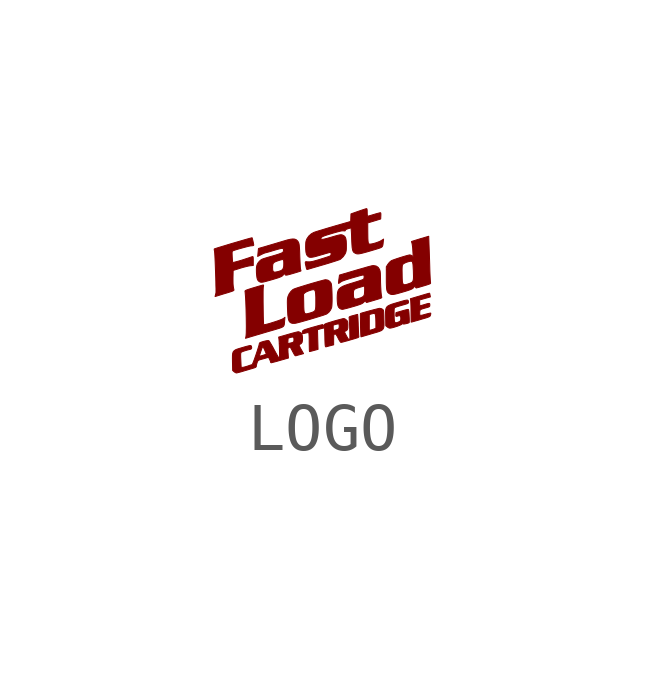
<source format=kicad_sym>
(kicad_symbol_lib
  (version 20210619)
  (generator bitmap2component)
  (symbol "LOGO"
    (pin_names
      (offset 1.016))
    (property "Reference" "#G"
      (at 0 1.071 0)
      (effects (font (size 1.27 1.27)) hide))
    (symbol "LOGO_0_0"
      (polyline (pts (xy -1.776 -1.714) (xy -1.744 -1.706) (xy -1.701 -1.695) (xy -1.652 -1.68) (xy -1.612 -1.668) (xy -1.552 -1.651) (xy -1.497 -1.634) (xy -1.454 -1.622) (xy -1.453 -1.621) (xy -1.414 -1.609) (xy -1.391 -1.599) (xy -1.38 -1.588) (xy -1.377 -1.575) (xy -1.377 -1.566) (xy -1.371 -1.536) (xy -1.361 -1.502) (xy -1.356 -1.489) (xy -1.344 -1.464) (xy -1.327 -1.45) (xy -1.3 -1.441) (xy -1.275 -1.434) (xy -1.232 -1.422) (xy -1.189 -1.41) (xy -1.123 -1.39) (xy -1.102 -1.431) (xy -1.097 -1.441) (xy -1.085 -1.469) (xy -1.081 -1.488) (xy -1.079 -1.496) (xy -1.068 -1.505) (xy -1.059 -1.503) (xy -1.032 -1.496) (xy -0.992 -1.486) (xy -0.94 -1.472) (xy -0.882 -1.455) (xy -0.709 -1.406) (xy -0.716 -1.303) (xy -0.717 -1.299) (xy -0.719 -1.252) (xy -0.72 -1.223) (xy -0.718 -1.205) (xy -0.712 -1.195) (xy -0.702 -1.188) (xy -0.687 -1.181) (xy -0.674 -1.176) (xy -0.67 -1.18) (xy -0.658 -1.2) (xy -0.641 -1.231) (xy -0.62 -1.271) (xy -0.612 -1.286) (xy -0.592 -1.323) (xy -0.578 -1.346) (xy -0.567 -1.357) (xy -0.556 -1.359) (xy -0.542 -1.356) (xy -0.527 -1.351) (xy -0.492 -1.341) (xy -0.454 -1.331) (xy -0.394 -1.314) (xy -0.44 -1.232) (xy -0.447 -1.221) (xy -0.469 -1.179) (xy -0.482 -1.151) (xy -0.485 -1.134) (xy -0.479 -1.124) (xy -0.466 -1.118) (xy -0.445 -1.107) (xy -0.425 -1.082) (xy -0.416 -1.041) (xy -0.416 -0.983) (xy -0.419 -0.947) (xy -0.425 -0.918) (xy -0.434 -0.899) (xy -0.45 -0.883) (xy -0.451 -0.881) (xy -0.477 -0.865) (xy -0.501 -0.858) (xy -0.519 -0.861) (xy -0.553 -0.869) (xy -0.6 -0.881) (xy -0.656 -0.896) (xy -0.718 -0.914) (xy -0.912 -0.97) (xy -0.907 -1.007) (xy -0.904 -1.03) (xy -0.901 -1.071) (xy -0.9 -1.105) (xy -0.722 -1.105) (xy -0.719 -1.048) (xy -0.715 -0.992) (xy -0.668 -0.978) (xy -0.662 -0.976) (xy -0.626 -0.969) (xy -0.606 -0.972) (xy -0.596 -0.989) (xy -0.593 -1.022) (xy -0.593 -1.024) (xy -0.595 -1.055) (xy -0.603 -1.071) (xy -0.619 -1.08) (xy -0.62 -1.081) (xy -0.649 -1.09) (xy -0.683 -1.097) (xy -0.722 -1.105) (xy -0.9 -1.105) (xy -0.899 -1.121) (xy -0.896 -1.177) (xy -0.895 -1.236) (xy -0.894 -1.292) (xy -0.893 -1.342) (xy -0.893 -1.383) (xy -0.895 -1.41) (xy -0.897 -1.42) (xy -0.897 -1.42) (xy -0.906 -1.409) (xy -0.922 -1.382) (xy -0.945 -1.343) (xy -0.973 -1.293) (xy -1.003 -1.237) (xy -1.006 -1.232) (xy -1.036 -1.175) (xy -1.065 -1.125) (xy -1.089 -1.085) (xy -1.106 -1.057) (xy -1.116 -1.045) (xy -1.131 -1.042) (xy -1.167 -1.046) (xy -1.223 -1.059) (xy -1.26 -1.07) (xy -1.292 -1.081) (xy -1.309 -1.092) (xy -1.314 -1.102) (xy -1.317 -1.119) (xy -1.325 -1.152) (xy -1.339 -1.197) (xy -1.355 -1.249) (xy -1.374 -1.306) (xy -1.393 -1.362) (xy -1.313 -1.362) (xy -1.311 -1.354) (xy -1.31 -1.35) (xy -1.303 -1.328) (xy -1.291 -1.294) (xy -1.278 -1.253) (xy -1.272 -1.236) (xy -1.259 -1.2) (xy -1.249 -1.175) (xy -1.244 -1.166) (xy -1.238 -1.171) (xy -1.226 -1.192) (xy -1.211 -1.222) (xy -1.196 -1.256) (xy -1.182 -1.288) (xy -1.174 -1.313) (xy -1.173 -1.325) (xy -1.182 -1.33) (xy -1.208 -1.339) (xy -1.241 -1.35) (xy -1.262 -1.356) (xy -1.293 -1.364) (xy -1.308 -1.366) (xy -1.313 -1.362) (xy -1.393 -1.362) (xy -1.394 -1.364) (xy -1.413 -1.419) (xy -1.431 -1.468) (xy -1.447 -1.508) (xy -1.458 -1.534) (xy -1.465 -1.544) (xy -1.467 -1.544) (xy -1.486 -1.549) (xy -1.518 -1.559) (xy -1.557 -1.573) (xy -1.563 -1.575) (xy -1.604 -1.587) (xy -1.64 -1.597) (xy -1.664 -1.6) (xy -1.693 -1.6) (xy -1.7 -1.451) (xy -1.703 -1.389) (xy -1.704 -1.338) (xy -1.701 -1.304) (xy -1.696 -1.289) (xy -1.695 -1.287) (xy -1.676 -1.277) (xy -1.643 -1.264) (xy -1.599 -1.25) (xy -1.551 -1.236) (xy -1.502 -1.225) (xy -1.483 -1.216) (xy -1.473 -1.195) (xy -1.479 -1.161) (xy -1.481 -1.158) (xy -1.487 -1.15) (xy -1.498 -1.146) (xy -1.517 -1.147) (xy -1.547 -1.154) (xy -1.591 -1.165) (xy -1.653 -1.183) (xy -1.69 -1.194) (xy -1.754 -1.213) (xy -1.802 -1.23) (xy -1.835 -1.25) (xy -1.857 -1.274) (xy -1.869 -1.306) (xy -1.874 -1.349) (xy -1.875 -1.408) (xy -1.874 -1.484) (xy -1.87 -1.665) (xy -1.841 -1.691) (xy -1.837 -1.694) (xy -1.812 -1.71) (xy -1.792 -1.717) (xy -1.776 -1.714)) (stroke (width 0.01)) (fill (type outline)))
      (polyline (pts (xy -0.267 -1.271) (xy -0.249 -1.267) (xy -0.217 -1.259) (xy -0.177 -1.248) (xy -0.092 -1.225) (xy -0.098 -1.02) (xy -0.103 -0.816) (xy -0.05 -0.8) (xy -0.029 -0.794) (xy 0.000200 -0.787) (xy 0.018 -0.784) (xy 0.027 -0.781) (xy 0.031 -0.765) (xy 0.025 -0.734) (xy 0.017 -0.719) (xy 0.001 -0.71) (xy 0.001 -0.71) (xy -0.015 -0.714) (xy -0.048 -0.722) (xy -0.094 -0.734) (xy -0.15 -0.75) (xy -0.212 -0.767) (xy -0.246 -0.777) (xy -0.305 -0.795) (xy -0.348 -0.808) (xy -0.378 -0.819) (xy -0.396 -0.828) (xy -0.407 -0.836) (xy -0.414 -0.846) (xy -0.417 -0.857) (xy -0.418 -0.859) (xy -0.422 -0.883) (xy -0.42 -0.897) (xy -0.411 -0.898) (xy -0.386 -0.895) (xy -0.353 -0.886) (xy -0.347 -0.885) (xy -0.313 -0.877) (xy -0.294 -0.876) (xy -0.284 -0.882) (xy -0.282 -0.894) (xy -0.279 -0.923) (xy -0.277 -0.967) (xy -0.276 -1.022) (xy -0.276 -1.083) (xy -0.275 -1.138) (xy -0.274 -1.191) (xy -0.273 -1.234) (xy -0.271 -1.262) (xy -0.269 -1.272) (xy -0.267 -1.271)) (stroke (width 0.01)) (fill (type outline)))
      (polyline (pts (xy 0.078 -1.172) (xy 0.096 -1.167) (xy 0.129 -1.158) (xy 0.167 -1.148) (xy 0.233 -1.131) (xy 0.233 -1.021) (xy 0.234 -0.972) (xy 0.235 -0.941) (xy 0.238 -0.922) (xy 0.244 -0.913) (xy 0.254 -0.908) (xy 0.258 -0.907) (xy 0.27 -0.907) (xy 0.281 -0.913) (xy 0.293 -0.93) (xy 0.31 -0.959) (xy 0.333 -1.004) (xy 0.338 -1.015) (xy 0.357 -1.048) (xy 0.374 -1.072) (xy 0.385 -1.081) (xy 0.399 -1.078) (xy 0.43 -1.071) (xy 0.473 -1.059) (xy 0.523 -1.046) (xy 0.576 -1.03) (xy 0.629 -1.015) (xy 0.676 -1.001) (xy 0.713 -0.989) (xy 0.738 -0.981) (xy 0.756 -0.969) (xy 0.758 -0.957) (xy 0.758 -0.955) (xy 0.755 -0.935) (xy 0.753 -0.898) (xy 0.75 -0.847) (xy 0.748 -0.787) (xy 0.745 -0.72) (xy 0.745 -0.698) (xy 0.742 -0.634) (xy 0.74 -0.579) (xy 0.737 -0.536) (xy 0.734 -0.508) (xy 0.732 -0.498) (xy 0.73 -0.498) (xy 0.711 -0.502) (xy 0.678 -0.511) (xy 0.638 -0.522) (xy 0.617 -0.527) (xy 0.582 -0.538) (xy 0.563 -0.547) (xy 0.555 -0.556) (xy 0.555 -0.567) (xy 0.556 -0.569) (xy 0.558 -0.59) (xy 0.56 -0.628) (xy 0.563 -0.68) (xy 0.566 -0.741) (xy 0.568 -0.808) (xy 0.57 -0.872) (xy 0.571 -0.935) (xy 0.571 -0.98) (xy 0.569 -1.01) (xy 0.564 -1.024) (xy 0.556 -1.026) (xy 0.546 -1.017) (xy 0.532 -0.999) (xy 0.524 -0.987) (xy 0.508 -0.959) (xy 0.49 -0.926) (xy 0.473 -0.893) (xy 0.461 -0.867) (xy 0.456 -0.853) (xy 0.457 -0.851) (xy 0.472 -0.848) (xy 0.488 -0.842) (xy 0.509 -0.827) (xy 0.517 -0.816) (xy 0.525 -0.797) (xy 0.529 -0.769) (xy 0.53 -0.725) (xy 0.53 -0.708) (xy 0.528 -0.672) (xy 0.524 -0.649) (xy 0.515 -0.631) (xy 0.499 -0.614) (xy 0.493 -0.609) (xy 0.467 -0.59) (xy 0.443 -0.584) (xy 0.426 -0.586) (xy 0.393 -0.595) (xy 0.346 -0.607) (xy 0.29 -0.622) (xy 0.228 -0.64) (xy 0.196 -0.65) (xy 0.136 -0.668) (xy 0.094 -0.681) (xy 0.066 -0.692) (xy 0.049 -0.701) (xy 0.041 -0.709) (xy 0.04 -0.716) (xy 0.041 -0.719) (xy 0.041 -0.721) (xy 0.223 -0.721) (xy 0.277 -0.705) (xy 0.298 -0.7) (xy 0.326 -0.695) (xy 0.34 -0.695) (xy 0.343 -0.698) (xy 0.348 -0.718) (xy 0.35 -0.747) (xy 0.349 -0.759) (xy 0.344 -0.789) (xy 0.331 -0.804) (xy 0.325 -0.807) (xy 0.298 -0.817) (xy 0.267 -0.826) (xy 0.242 -0.83) (xy 0.229 -0.829) (xy 0.227 -0.824) (xy 0.224 -0.803) (xy 0.223 -0.772) (xy 0.223 -0.721) (xy 0.041 -0.721) (xy 0.042 -0.74) (xy 0.044 -0.778) (xy 0.046 -0.829) (xy 0.048 -0.89) (xy 0.05 -0.957) (xy 0.051 -1.019) (xy 0.053 -1.077) (xy 0.055 -1.119) (xy 0.058 -1.147) (xy 0.061 -1.163) (xy 0.065 -1.171) (xy 0.071 -1.173) (xy 0.078 -1.172)) (stroke (width 0.01)) (fill (type outline)))
      (polyline (pts (xy -1.445 -0.948) (xy -1.433 -0.945) (xy -1.371 -0.926) (xy -1.295 -0.904) (xy -1.212 -0.879) (xy -1.127 -0.854) (xy -1.047 -0.831) (xy -1.016 -0.822) (xy -0.946 -0.801) (xy -0.893 -0.785) (xy -0.854 -0.771) (xy -0.827 -0.757) (xy -0.81 -0.743) (xy -0.8 -0.725) (xy -0.794 -0.703) (xy -0.791 -0.673) (xy -0.788 -0.635) (xy -0.781 -0.557) (xy -0.811 -0.581) (xy -0.816 -0.584) (xy -0.841 -0.597) (xy -0.879 -0.612) (xy -0.927 -0.63) (xy -0.981 -0.648) (xy -1.038 -0.666) (xy -1.092 -0.683) (xy -1.142 -0.697) (xy -1.183 -0.707) (xy -1.211 -0.712) (xy -1.223 -0.711) (xy -1.224 -0.71) (xy -1.226 -0.692) (xy -1.228 -0.656) (xy -1.23 -0.605) (xy -1.232 -0.543) (xy -1.233 -0.472) (xy -1.234 -0.395) (xy -1.235 -0.315) (xy -1.236 -0.235) (xy -1.236 -0.159) (xy -1.236 -0.088) (xy -1.236 -0.026) (xy -1.235 0.024) (xy -1.233 0.059) (xy -1.231 0.077) (xy -1.228 0.091) (xy -1.226 0.111) (xy -1.233 0.116) (xy -1.245 0.113) (xy -1.274 0.105) (xy -1.317 0.093) (xy -1.371 0.077) (xy -1.431 0.059) (xy -1.455 0.052) (xy -1.515 0.033) (xy -1.558 0.019) (xy -1.587 0.008) (xy -1.604 -0.001) (xy -1.612 -0.009) (xy -1.613 -0.017) (xy -1.61 -0.036) (xy -1.606 -0.085) (xy -1.601 -0.149) (xy -1.597 -0.224) (xy -1.594 -0.308) (xy -1.591 -0.397) (xy -1.589 -0.489) (xy -1.587 -0.581) (xy -1.586 -0.669) (xy -1.585 -0.751) (xy -1.586 -0.823) (xy -1.587 -0.884) (xy -1.59 -0.929) (xy -1.593 -0.956) (xy -1.602 -0.995) (xy -1.445 -0.948)) (stroke (width 0.01)) (fill (type outline)))
      (polyline (pts (xy 0.805 -0.964) (xy 0.822 -0.959) (xy 0.855 -0.95) (xy 0.902 -0.936) (xy 0.959 -0.92) (xy 1.022 -0.901) (xy 1.059 -0.89) (xy 1.13 -0.87) (xy 1.185 -0.852) (xy 1.225 -0.835) (xy 1.252 -0.815) (xy 1.269 -0.791) (xy 1.278 -0.76) (xy 1.282 -0.719) (xy 1.282 -0.665) (xy 1.28 -0.596) (xy 1.28 -0.595) (xy 1.279 -0.529) (xy 1.277 -0.48) (xy 1.275 -0.446) (xy 1.272 -0.423) (xy 1.268 -0.409) (xy 1.261 -0.399) (xy 1.252 -0.391) (xy 1.226 -0.377) (xy 1.193 -0.371) (xy 1.188 -0.371) (xy 1.164 -0.376) (xy 1.127 -0.385) (xy 1.079 -0.397) (xy 1.026 -0.411) (xy 0.97 -0.426) (xy 0.916 -0.441) (xy 0.867 -0.455) (xy 0.827 -0.466) (xy 0.8 -0.475) (xy 0.79 -0.48) (xy 0.79 -0.483) (xy 0.79 -0.504) (xy 0.79 -0.542) (xy 0.791 -0.593) (xy 0.792 -0.654) (xy 0.793 -0.723) (xy 0.793 -0.761) (xy 0.795 -0.827) (xy 0.795 -0.829) (xy 0.975 -0.829) (xy 0.975 -0.501) (xy 1.016 -0.489) (xy 1.035 -0.484) (xy 1.069 -0.477) (xy 1.089 -0.48) (xy 1.1 -0.496) (xy 1.106 -0.526) (xy 1.107 -0.539) (xy 1.11 -0.579) (xy 1.112 -0.628) (xy 1.113 -0.68) (xy 1.113 -0.785) (xy 1.075 -0.801) (xy 1.073 -0.802) (xy 1.038 -0.814) (xy 1.006 -0.823) (xy 0.975 -0.829) (xy 0.795 -0.829) (xy 0.797 -0.882) (xy 0.799 -0.926) (xy 0.801 -0.954) (xy 0.803 -0.964) (xy 0.805 -0.964)) (stroke (width 0.01)) (fill (type outline)))
      (polyline (pts (xy 1.431 -0.78) (xy 1.471 -0.771) (xy 1.517 -0.757) (xy 1.564 -0.742) (xy 1.606 -0.726) (xy 1.638 -0.711) (xy 1.655 -0.7) (xy 1.668 -0.687) (xy 1.677 -0.691) (xy 1.677 -0.692) (xy 1.685 -0.698) (xy 1.705 -0.697) (xy 1.741 -0.69) (xy 1.767 -0.684) (xy 1.794 -0.675) (xy 1.807 -0.667) (xy 1.807 -0.667) (xy 1.808 -0.652) (xy 1.809 -0.62) (xy 1.808 -0.577) (xy 1.805 -0.525) (xy 1.805 -0.519) (xy 1.802 -0.465) (xy 1.798 -0.428) (xy 1.794 -0.406) (xy 1.789 -0.395) (xy 1.781 -0.393) (xy 1.768 -0.395) (xy 1.737 -0.402) (xy 1.696 -0.413) (xy 1.648 -0.427) (xy 1.531 -0.461) (xy 1.528 -0.501) (xy 1.527 -0.523) (xy 1.532 -0.537) (xy 1.548 -0.538) (xy 1.579 -0.528) (xy 1.597 -0.523) (xy 1.618 -0.527) (xy 1.629 -0.546) (xy 1.632 -0.583) (xy 1.631 -0.606) (xy 1.623 -0.631) (xy 1.604 -0.647) (xy 1.569 -0.662) (xy 1.548 -0.669) (xy 1.527 -0.672) (xy 1.513 -0.667) (xy 1.503 -0.651) (xy 1.497 -0.621) (xy 1.494 -0.575) (xy 1.493 -0.51) (xy 1.492 -0.486) (xy 1.492 -0.435) (xy 1.493 -0.399) (xy 1.496 -0.377) (xy 1.501 -0.363) (xy 1.508 -0.355) (xy 1.509 -0.355) (xy 1.528 -0.346) (xy 1.562 -0.335) (xy 1.607 -0.321) (xy 1.658 -0.306) (xy 1.706 -0.293) (xy 1.745 -0.281) (xy 1.77 -0.272) (xy 1.784 -0.264) (xy 1.79 -0.255) (xy 1.791 -0.244) (xy 1.79 -0.223) (xy 1.784 -0.207) (xy 1.772 -0.199) (xy 1.748 -0.2) (xy 1.711 -0.207) (xy 1.657 -0.222) (xy 1.585 -0.243) (xy 1.506 -0.266) (xy 1.444 -0.285) (xy 1.397 -0.304) (xy 1.363 -0.322) (xy 1.339 -0.344) (xy 1.325 -0.369) (xy 1.317 -0.401) (xy 1.314 -0.441) (xy 1.315 -0.491) (xy 1.316 -0.554) (xy 1.319 -0.733) (xy 1.349 -0.759) (xy 1.352 -0.761) (xy 1.379 -0.777) (xy 1.402 -0.784) (xy 1.403 -0.784) (xy 1.431 -0.78)) (stroke (width 0.01)) (fill (type outline)))
      (polyline (pts (xy -0.553 -0.68) (xy -0.512 -0.67) (xy -0.458 -0.656) (xy -0.394 -0.638) (xy -0.323 -0.618) (xy -0.248 -0.596) (xy -0.174 -0.574) (xy -0.103 -0.552) (xy -0.038 -0.532) (xy 0.017 -0.515) (xy 0.058 -0.5) (xy 0.083 -0.491) (xy 0.091 -0.486) (xy 0.133 -0.453) (xy 0.168 -0.407) (xy 0.191 -0.356) (xy 0.191 -0.354) (xy 0.196 -0.323) (xy 0.199 -0.277) (xy 0.201 -0.22) (xy 0.201 -0.156) (xy 0.2 -0.088) (xy 0.198 -0.022) (xy 0.195 0.039) (xy 0.191 0.091) (xy 0.186 0.131) (xy 0.18 0.153) (xy 0.152 0.191) (xy 0.112 0.217) (xy 0.065 0.225) (xy 0.057 0.224) (xy 0.027 0.218) (xy -0.017 0.206) (xy -0.074 0.191) (xy -0.14 0.172) (xy -0.211 0.152) (xy -0.285 0.13) (xy -0.358 0.108) (xy -0.428 0.086) (xy -0.49 0.067) (xy -0.542 0.05) (xy -0.581 0.036) (xy -0.602 0.027) (xy -0.618 0.018) (xy -0.657 -0.019) (xy -0.692 -0.067) (xy -0.696 -0.075) (xy -0.394 -0.075) (xy -0.368 -0.049) (xy -0.346 -0.034) (xy -0.311 -0.017) (xy -0.271 -0.002) (xy -0.23 0.011) (xy -0.196 0.018) (xy -0.174 0.017) (xy -0.173 0.017) (xy -0.161 0.007) (xy -0.151 -0.012) (xy -0.145 -0.041) (xy -0.141 -0.085) (xy -0.138 -0.144) (xy -0.138 -0.223) (xy -0.138 -0.277) (xy -0.139 -0.335) (xy -0.143 -0.377) (xy -0.151 -0.407) (xy -0.164 -0.427) (xy -0.185 -0.442) (xy -0.215 -0.454) (xy -0.255 -0.467) (xy -0.269 -0.471) (xy -0.308 -0.481) (xy -0.337 -0.486) (xy -0.358 -0.482) (xy -0.372 -0.468) (xy -0.381 -0.441) (xy -0.386 -0.4) (xy -0.389 -0.341) (xy -0.39 -0.264) (xy -0.394 -0.075) (xy -0.696 -0.075) (xy -0.717 -0.121) (xy -0.717 -0.122) (xy -0.723 -0.144) (xy -0.728 -0.17) (xy -0.73 -0.201) (xy -0.731 -0.243) (xy -0.73 -0.298) (xy -0.728 -0.371) (xy -0.725 -0.439) (xy -0.721 -0.511) (xy -0.714 -0.567) (xy -0.706 -0.608) (xy -0.694 -0.638) (xy -0.678 -0.659) (xy -0.658 -0.673) (xy -0.63 -0.683) (xy -0.578 -0.684) (xy -0.577 -0.684) (xy -0.553 -0.68)) (stroke (width 0.01)) (fill (type outline)))
      (polyline (pts (xy 1.875 -0.652) (xy 1.885 -0.649) (xy 1.916 -0.64) (xy 1.959 -0.628) (xy 2.013 -0.613) (xy 2.071 -0.595) (xy 2.131 -0.578) (xy 2.177 -0.564) (xy 2.208 -0.552) (xy 2.228 -0.543) (xy 2.24 -0.534) (xy 2.246 -0.524) (xy 2.25 -0.511) (xy 2.251 -0.508) (xy 2.256 -0.484) (xy 2.255 -0.471) (xy 2.25 -0.47) (xy 2.229 -0.473) (xy 2.195 -0.481) (xy 2.153 -0.492) (xy 2.132 -0.498) (xy 2.085 -0.511) (xy 2.054 -0.517) (xy 2.035 -0.516) (xy 2.027 -0.506) (xy 2.025 -0.488) (xy 2.026 -0.459) (xy 2.027 -0.435) (xy 2.03 -0.417) (xy 2.037 -0.404) (xy 2.052 -0.393) (xy 2.078 -0.383) (xy 2.118 -0.371) (xy 2.175 -0.355) (xy 2.179 -0.354) (xy 2.211 -0.344) (xy 2.228 -0.335) (xy 2.235 -0.322) (xy 2.236 -0.301) (xy 2.236 -0.288) (xy 2.233 -0.274) (xy 2.224 -0.268) (xy 2.205 -0.269) (xy 2.173 -0.277) (xy 2.125 -0.292) (xy 2.111 -0.296) (xy 2.073 -0.307) (xy 2.045 -0.315) (xy 2.032 -0.318) (xy 2.028 -0.312) (xy 2.025 -0.289) (xy 2.024 -0.257) (xy 2.024 -0.196) (xy 2.248 -0.133) (xy 2.241 -0.095) (xy 2.24 -0.091) (xy 2.235 -0.067) (xy 2.231 -0.056) (xy 2.221 -0.057) (xy 2.194 -0.064) (xy 2.155 -0.075) (xy 2.108 -0.089) (xy 2.067 -0.101) (xy 2.008 -0.119) (xy 1.952 -0.135) (xy 1.909 -0.148) (xy 1.831 -0.171) (xy 1.837 -0.205) (xy 1.837 -0.206) (xy 1.839 -0.228) (xy 1.841 -0.267) (xy 1.843 -0.32) (xy 1.844 -0.381) (xy 1.845 -0.448) (xy 1.847 -0.658) (xy 1.875 -0.652)) (stroke (width 0.01)) (fill (type outline)))
      (polyline (pts (xy 0.43 -0.39) (xy 0.464 -0.382) (xy 0.512 -0.37) (xy 0.568 -0.355) (xy 0.63 -0.337) (xy 0.652 -0.331) (xy 0.716 -0.312) (xy 0.764 -0.296) (xy 0.798 -0.284) (xy 0.823 -0.272) (xy 0.842 -0.26) (xy 0.857 -0.246) (xy 0.876 -0.229) (xy 0.893 -0.22) (xy 0.902 -0.225) (xy 0.906 -0.231) (xy 0.911 -0.246) (xy 0.92 -0.248) (xy 0.941 -0.244) (xy 0.942 -0.243) (xy 0.966 -0.236) (xy 1.004 -0.225) (xy 1.052 -0.211) (xy 1.105 -0.195) (xy 1.153 -0.181) (xy 1.193 -0.168) (xy 1.218 -0.159) (xy 1.231 -0.151) (xy 1.236 -0.143) (xy 1.234 -0.133) (xy 1.232 -0.127) (xy 1.227 -0.095) (xy 1.221 -0.045) (xy 1.217 0.017) (xy 1.213 0.088) (xy 1.21 0.165) (xy 1.209 0.244) (xy 1.209 0.25) (xy 1.208 0.313) (xy 1.206 0.36) (xy 1.202 0.394) (xy 1.196 0.42) (xy 1.187 0.442) (xy 1.161 0.482) (xy 1.119 0.51) (xy 1.068 0.519) (xy 1.061 0.519) (xy 1.05 0.519) (xy 1.038 0.517) (xy 1.021 0.514) (xy 0.999 0.508) (xy 0.968 0.5) (xy 0.926 0.489) (xy 0.873 0.473) (xy 0.806 0.454) (xy 0.722 0.43) (xy 0.62 0.4) (xy 0.355 0.322) (xy 0.343 0.238) (xy 0.341 0.226) (xy 0.337 0.189) (xy 0.335 0.161) (xy 0.335 0.149) (xy 0.342 0.15) (xy 0.358 0.161) (xy 0.38 0.177) (xy 0.408 0.194) (xy 0.416 0.197) (xy 0.446 0.208) (xy 0.488 0.223) (xy 0.54 0.239) (xy 0.598 0.257) (xy 0.657 0.274) (xy 0.715 0.29) (xy 0.768 0.305) (xy 0.811 0.316) (xy 0.841 0.323) (xy 0.855 0.324) (xy 0.858 0.322) (xy 0.867 0.305) (xy 0.868 0.279) (xy 0.864 0.252) (xy 0.854 0.234) (xy 0.852 0.233) (xy 0.834 0.225) (xy 0.8 0.213) (xy 0.752 0.197) (xy 0.695 0.179) (xy 0.631 0.159) (xy 0.548 0.134) (xy 0.474 0.109) (xy 0.417 0.085) (xy 0.375 0.059) (xy 0.345 0.031) (xy 0.325 -0.003) (xy 0.314 -0.044) (xy 0.313 -0.056) (xy 0.644 -0.056) (xy 0.647 -0.017) (xy 0.657 0.011) (xy 0.677 0.03) (xy 0.711 0.046) (xy 0.763 0.063) (xy 0.77 0.065) (xy 0.81 0.076) (xy 0.842 0.086) (xy 0.861 0.091) (xy 0.865 0.092) (xy 0.873 0.09) (xy 0.877 0.079) (xy 0.879 0.054) (xy 0.879 0.012) (xy 0.879 0.004) (xy 0.877 -0.04) (xy 0.873 -0.076) (xy 0.868 -0.1) (xy 0.846 -0.126) (xy 0.807 -0.148) (xy 0.747 -0.169) (xy 0.738 -0.171) (xy 0.698 -0.179) (xy 0.671 -0.175) (xy 0.655 -0.159) (xy 0.647 -0.126) (xy 0.645 -0.075) (xy 0.644 -0.056) (xy 0.313 -0.056) (xy 0.309 -0.094) (xy 0.307 -0.156) (xy 0.309 -0.221) (xy 0.314 -0.278) (xy 0.323 -0.319) (xy 0.337 -0.349) (xy 0.357 -0.37) (xy 0.384 -0.386) (xy 0.412 -0.392) (xy 0.43 -0.39)) (stroke (width 0.01)) (fill (type outline)))
      (polyline (pts (xy -2.154 -0.1) (xy -2.127 -0.092) (xy -2.073 -0.075) (xy -2.013 -0.057) (xy -1.955 -0.04) (xy -1.953 -0.039) (xy -1.9 -0.022) (xy -1.865 -0.009) (xy -1.847 0.002) (xy -1.843 0.011) (xy -1.851 0.049) (xy -1.858 0.09) (xy -1.862 0.137) (xy -1.863 0.193) (xy -1.863 0.265) (xy -1.86 0.418) (xy -1.711 0.465) (xy -1.697 0.469) (xy -1.638 0.486) (xy -1.582 0.5) (xy -1.535 0.511) (xy -1.502 0.516) (xy -1.441 0.522) (xy -1.441 0.617) (xy -1.441 0.65) (xy -1.442 0.683) (xy -1.445 0.701) (xy -1.451 0.707) (xy -1.46 0.706) (xy -1.472 0.702) (xy -1.502 0.692) (xy -1.542 0.678) (xy -1.589 0.663) (xy -1.621 0.652) (xy -1.68 0.633) (xy -1.737 0.616) (xy -1.788 0.602) (xy -1.829 0.591) (xy -1.857 0.585) (xy -1.869 0.584) (xy -1.871 0.592) (xy -1.873 0.617) (xy -1.876 0.655) (xy -1.879 0.702) (xy -1.881 0.75) (xy -1.882 0.785) (xy -1.88 0.807) (xy -1.875 0.819) (xy -1.867 0.825) (xy -1.866 0.826) (xy -1.843 0.835) (xy -1.804 0.848) (xy -1.754 0.863) (xy -1.697 0.879) (xy -1.639 0.895) (xy -1.582 0.91) (xy -1.533 0.922) (xy -1.495 0.93) (xy -1.473 0.932) (xy -1.468 0.932) (xy -1.44 0.936) (xy -1.431 0.946) (xy -1.433 0.961) (xy -1.438 0.99) (xy -1.446 1.025) (xy -1.454 1.059) (xy -1.461 1.086) (xy -1.466 1.099) (xy -1.466 1.099) (xy -1.478 1.096) (xy -1.507 1.089) (xy -1.551 1.077) (xy -1.608 1.061) (xy -1.673 1.042) (xy -1.745 1.021) (xy -1.821 0.999) (xy -1.899 0.976) (xy -1.975 0.953) (xy -2.047 0.931) (xy -2.113 0.911) (xy -2.169 0.894) (xy -2.213 0.88) (xy -2.242 0.87) (xy -2.253 0.866) (xy -2.254 0.862) (xy -2.253 0.843) (xy -2.247 0.815) (xy -2.246 0.802) (xy -2.243 0.769) (xy -2.24 0.72) (xy -2.237 0.658) (xy -2.234 0.587) (xy -2.231 0.508) (xy -2.228 0.425) (xy -2.225 0.341) (xy -2.222 0.258) (xy -2.22 0.179) (xy -2.219 0.107) (xy -2.217 0.045) (xy -2.217 -0.004) (xy -2.217 -0.038) (xy -2.219 -0.054) (xy -2.223 -0.07) (xy -2.23 -0.097) (xy -2.236 -0.125) (xy -2.154 -0.1)) (stroke (width 0.01)) (fill (type outline)))
      (polyline (pts (xy 1.476 -0.082) (xy 1.516 -0.075) (xy 1.569 -0.062) (xy 1.638 -0.042) (xy 1.649 -0.039) (xy 1.722 -0.018) (xy 1.778 -0.000200) (xy 1.82 0.014) (xy 1.851 0.027) (xy 1.873 0.039) (xy 1.889 0.051) (xy 1.902 0.066) (xy 1.91 0.075) (xy 1.924 0.089) (xy 1.931 0.089) (xy 1.936 0.076) (xy 1.942 0.062) (xy 1.953 0.053) (xy 1.956 0.053) (xy 1.976 0.059) (xy 2.012 0.068) (xy 2.058 0.082) (xy 2.111 0.097) (xy 2.117 0.099) (xy 2.173 0.116) (xy 2.211 0.129) (xy 2.236 0.138) (xy 2.248 0.147) (xy 2.253 0.154) (xy 2.251 0.163) (xy 2.251 0.165) (xy 2.249 0.184) (xy 2.246 0.22) (xy 2.243 0.272) (xy 2.24 0.336) (xy 2.237 0.409) (xy 2.235 0.487) (xy 2.233 0.559) (xy 2.23 0.651) (xy 2.227 0.742) (xy 2.224 0.827) (xy 2.221 0.902) (xy 2.219 0.96) (xy 2.213 1.13) (xy 2.036 1.078) (xy 1.988 1.063) (xy 1.936 1.047) (xy 1.895 1.034) (xy 1.866 1.025) (xy 1.855 1.021) (xy 1.856 1.012) (xy 1.863 0.991) (xy 1.868 0.971) (xy 1.873 0.935) (xy 1.879 0.888) (xy 1.882 0.836) (xy 1.89 0.706) (xy 1.864 0.724) (xy 1.843 0.736) (xy 1.82 0.742) (xy 1.819 0.742) (xy 1.798 0.738) (xy 1.761 0.729) (xy 1.713 0.715) (xy 1.659 0.699) (xy 1.602 0.681) (xy 1.547 0.663) (xy 1.498 0.646) (xy 1.46 0.632) (xy 1.436 0.622) (xy 1.432 0.619) (xy 1.395 0.588) (xy 1.362 0.546) (xy 1.33 0.494) (xy 1.33 0.431) (xy 1.658 0.431) (xy 1.659 0.472) (xy 1.661 0.502) (xy 1.664 0.523) (xy 1.67 0.537) (xy 1.677 0.547) (xy 1.686 0.556) (xy 1.708 0.569) (xy 1.744 0.586) (xy 1.785 0.599) (xy 1.814 0.607) (xy 1.84 0.611) (xy 1.859 0.609) (xy 1.872 0.598) (xy 1.88 0.574) (xy 1.886 0.537) (xy 1.889 0.484) (xy 1.893 0.411) (xy 1.894 0.366) (xy 1.896 0.301) (xy 1.895 0.252) (xy 1.89 0.216) (xy 1.881 0.192) (xy 1.867 0.174) (xy 1.846 0.161) (xy 1.819 0.15) (xy 1.796 0.142) (xy 1.745 0.125) (xy 1.709 0.12) (xy 1.685 0.129) (xy 1.671 0.152) (xy 1.664 0.193) (xy 1.661 0.252) (xy 1.66 0.302) (xy 1.659 0.375) (xy 1.658 0.431) (xy 1.33 0.431) (xy 1.33 0.256) (xy 1.33 0.171) (xy 1.332 0.103) (xy 1.335 0.051) (xy 1.34 0.013) (xy 1.348 -0.015) (xy 1.359 -0.036) (xy 1.374 -0.052) (xy 1.393 -0.065) (xy 1.399 -0.069) (xy 1.421 -0.078) (xy 1.445 -0.083) (xy 1.476 -0.082)) (stroke (width 0.01)) (fill (type outline)))
      (polyline (pts (xy -1.254 0.173) (xy -1.225 0.178) (xy -1.185 0.188) (xy -1.13 0.203) (xy -1.059 0.223) (xy -1.055 0.224) (xy -0.982 0.246) (xy -0.927 0.263) (xy -0.886 0.278) (xy -0.857 0.291) (xy -0.836 0.304) (xy -0.821 0.318) (xy -0.809 0.335) (xy -0.791 0.363) (xy -0.782 0.339) (xy -0.774 0.325) (xy -0.761 0.32) (xy -0.734 0.323) (xy -0.728 0.324) (xy -0.702 0.331) (xy -0.663 0.341) (xy -0.618 0.354) (xy -0.571 0.368) (xy -0.525 0.382) (xy -0.486 0.394) (xy -0.459 0.403) (xy -0.448 0.407) (xy -0.448 0.416) (xy -0.454 0.436) (xy -0.456 0.445) (xy -0.46 0.474) (xy -0.463 0.519) (xy -0.466 0.577) (xy -0.469 0.643) (xy -0.472 0.716) (xy -0.473 0.756) (xy -0.476 0.833) (xy -0.479 0.892) (xy -0.483 0.938) (xy -0.488 0.972) (xy -0.496 0.997) (xy -0.506 1.016) (xy -0.518 1.033) (xy -0.535 1.049) (xy -0.55 1.06) (xy -0.579 1.071) (xy -0.617 1.074) (xy -0.666 1.068) (xy -0.73 1.054) (xy -0.811 1.03) (xy -0.844 1.02) (xy -0.911 1) (xy -0.988 0.977) (xy -1.066 0.954) (xy -1.139 0.932) (xy -1.141 0.932) (xy -1.2 0.914) (xy -1.253 0.899) (xy -1.294 0.887) (xy -1.321 0.879) (xy -1.332 0.875) (xy -1.332 0.875) (xy -1.334 0.86) (xy -1.337 0.831) (xy -1.341 0.792) (xy -1.349 0.71) (xy -1.278 0.747) (xy -1.272 0.75) (xy -1.237 0.767) (xy -1.208 0.779) (xy -1.193 0.784) (xy -1.188 0.785) (xy -1.164 0.791) (xy -1.127 0.801) (xy -1.078 0.815) (xy -1.023 0.832) (xy -0.995 0.84) (xy -0.941 0.856) (xy -0.895 0.868) (xy -0.86 0.876) (xy -0.842 0.879) (xy -0.839 0.879) (xy -0.818 0.87) (xy -0.809 0.846) (xy -0.815 0.813) (xy -0.817 0.808) (xy -0.824 0.799) (xy -0.836 0.789) (xy -0.856 0.779) (xy -0.885 0.768) (xy -0.925 0.754) (xy -0.98 0.737) (xy -1.051 0.716) (xy -1.14 0.691) (xy -1.185 0.677) (xy -1.229 0.663) (xy -1.26 0.651) (xy -1.283 0.637) (xy -1.302 0.621) (xy -1.322 0.6) (xy -1.346 0.569) (xy -1.363 0.534) (xy -1.373 0.492) (xy -1.374 0.483) (xy -1.038 0.483) (xy -1.038 0.501) (xy -1.035 0.539) (xy -1.025 0.567) (xy -1.004 0.587) (xy -0.97 0.604) (xy -0.919 0.622) (xy -0.87 0.637) (xy -0.838 0.645) (xy -0.818 0.643) (xy -0.809 0.629) (xy -0.806 0.601) (xy -0.805 0.557) (xy -0.807 0.503) (xy -0.817 0.462) (xy -0.835 0.434) (xy -0.866 0.414) (xy -0.913 0.398) (xy -0.942 0.391) (xy -0.985 0.383) (xy -1.013 0.386) (xy -1.029 0.402) (xy -1.037 0.434) (xy -1.038 0.483) (xy -1.374 0.483) (xy -1.376 0.44) (xy -1.375 0.371) (xy -1.37 0.312) (xy -1.363 0.262) (xy -1.352 0.226) (xy -1.336 0.202) (xy -1.315 0.185) (xy -1.308 0.182) (xy -1.293 0.175) (xy -1.276 0.172) (xy -1.254 0.173)) (stroke (width 0.01)) (fill (type outline)))
      (polyline (pts (xy -0.306 0.441) (xy -0.283 0.448) (xy -0.245 0.459) (xy -0.198 0.473) (xy -0.143 0.489) (xy -0.068 0.511) (xy 0.032 0.54) (xy 0.123 0.567) (xy 0.202 0.592) (xy 0.269 0.613) (xy 0.32 0.63) (xy 0.355 0.642) (xy 0.371 0.649) (xy 0.377 0.654) (xy 0.433 0.706) (xy 0.473 0.765) (xy 0.473 0.766) (xy 0.484 0.79) (xy 0.491 0.815) (xy 0.496 0.844) (xy 0.498 0.883) (xy 0.498 0.939) (xy 0.498 0.97) (xy 0.495 1.033) (xy 0.487 1.08) (xy 0.474 1.113) (xy 0.454 1.136) (xy 0.426 1.152) (xy 0.414 1.157) (xy 0.399 1.161) (xy 0.382 1.162) (xy 0.36 1.159) (xy 0.331 1.153) (xy 0.289 1.142) (xy 0.234 1.126) (xy 0.162 1.105) (xy 0.094 1.086) (xy 0.042 1.073) (xy 0.006 1.066) (xy -0.016 1.066) (xy -0.028 1.072) (xy -0.032 1.083) (xy -0.032 1.083) (xy -0.029 1.096) (xy -0.021 1.108) (xy -0.004 1.119) (xy 0.023 1.132) (xy 0.064 1.147) (xy 0.12 1.165) (xy 0.194 1.187) (xy 0.216 1.194) (xy 0.29 1.215) (xy 0.347 1.23) (xy 0.389 1.24) (xy 0.419 1.244) (xy 0.439 1.243) (xy 0.456 1.241) (xy 0.472 1.243) (xy 0.477 1.254) (xy 0.478 1.258) (xy 0.494 1.273) (xy 0.532 1.287) (xy 0.554 1.293) (xy 0.58 1.301) (xy 0.594 1.303) (xy 0.594 1.303) (xy 0.597 1.287) (xy 0.6 1.254) (xy 0.603 1.208) (xy 0.606 1.15) (xy 0.608 1.085) (xy 0.61 1.031) (xy 0.614 0.958) (xy 0.618 0.901) (xy 0.625 0.859) (xy 0.633 0.828) (xy 0.644 0.806) (xy 0.658 0.791) (xy 0.677 0.78) (xy 0.691 0.773) (xy 0.708 0.766) (xy 0.727 0.763) (xy 0.751 0.763) (xy 0.78 0.767) (xy 0.819 0.775) (xy 0.869 0.788) (xy 0.931 0.805) (xy 1.01 0.828) (xy 1.107 0.857) (xy 1.156 0.872) (xy 1.199 0.886) (xy 1.227 0.899) (xy 1.245 0.914) (xy 1.255 0.935) (xy 1.261 0.964) (xy 1.265 1.004) (xy 1.273 1.071) (xy 1.224 1.04) (xy 1.193 1.023) (xy 1.149 1.006) (xy 1.1 0.989) (xy 1.052 0.976) (xy 1.011 0.968) (xy 0.983 0.966) (xy 0.979 0.967) (xy 0.968 0.972) (xy 0.959 0.983) (xy 0.953 1.002) (xy 0.949 1.033) (xy 0.946 1.077) (xy 0.945 1.137) (xy 0.944 1.216) (xy 0.943 1.408) (xy 1.02 1.431) (xy 1.063 1.444) (xy 1.114 1.459) (xy 1.155 1.472) (xy 1.213 1.49) (xy 1.216 1.556) (xy 1.217 1.594) (xy 1.214 1.615) (xy 1.206 1.621) (xy 1.191 1.618) (xy 1.161 1.61) (xy 1.119 1.599) (xy 1.07 1.584) (xy 1.022 1.57) (xy 0.982 1.558) (xy 0.953 1.55) (xy 0.941 1.547) (xy 0.94 1.548) (xy 0.936 1.56) (xy 0.933 1.589) (xy 0.932 1.627) (xy 0.932 1.631) (xy 0.931 1.674) (xy 0.927 1.698) (xy 0.919 1.706) (xy 0.914 1.705) (xy 0.89 1.698) (xy 0.853 1.686) (xy 0.805 1.67) (xy 0.75 1.651) (xy 0.594 1.596) (xy 0.591 1.517) (xy 0.588 1.439) (xy 0.525 1.42) (xy 0.497 1.412) (xy 0.45 1.399) (xy 0.395 1.383) (xy 0.339 1.367) (xy 0.337 1.366) (xy 0.272 1.348) (xy 0.202 1.327) (xy 0.129 1.306) (xy 0.056 1.284) (xy -0.012 1.263) (xy -0.073 1.245) (xy -0.124 1.229) (xy -0.16 1.217) (xy -0.18 1.21) (xy -0.232 1.181) (xy -0.284 1.135) (xy -0.322 1.08) (xy -0.333 1.054) (xy -0.342 1.029) (xy -0.347 1) (xy -0.349 0.962) (xy -0.35 0.909) (xy -0.349 0.859) (xy -0.344 0.801) (xy -0.334 0.758) (xy -0.318 0.728) (xy -0.295 0.706) (xy -0.282 0.698) (xy -0.262 0.692) (xy -0.238 0.691) (xy -0.205 0.695) (xy -0.161 0.704) (xy -0.103 0.72) (xy -0.028 0.742) (xy 0.022 0.756) (xy 0.075 0.772) (xy 0.12 0.784) (xy 0.151 0.792) (xy 0.166 0.795) (xy 0.167 0.795) (xy 0.177 0.784) (xy 0.18 0.763) (xy 0.177 0.74) (xy 0.167 0.723) (xy 0.155 0.718) (xy 0.127 0.707) (xy 0.084 0.693) (xy 0.032 0.676) (xy -0.026 0.658) (xy -0.087 0.639) (xy -0.147 0.622) (xy -0.201 0.607) (xy -0.206 0.606) (xy -0.26 0.597) (xy -0.31 0.597) (xy -0.33 0.6) (xy -0.346 0.6) (xy -0.355 0.595) (xy -0.358 0.581) (xy -0.355 0.555) (xy -0.346 0.515) (xy -0.333 0.457) (xy -0.325 0.44) (xy -0.31 0.439) (xy -0.306 0.441)) (stroke (width 0.01)) (fill (type outline))))))
</source>
